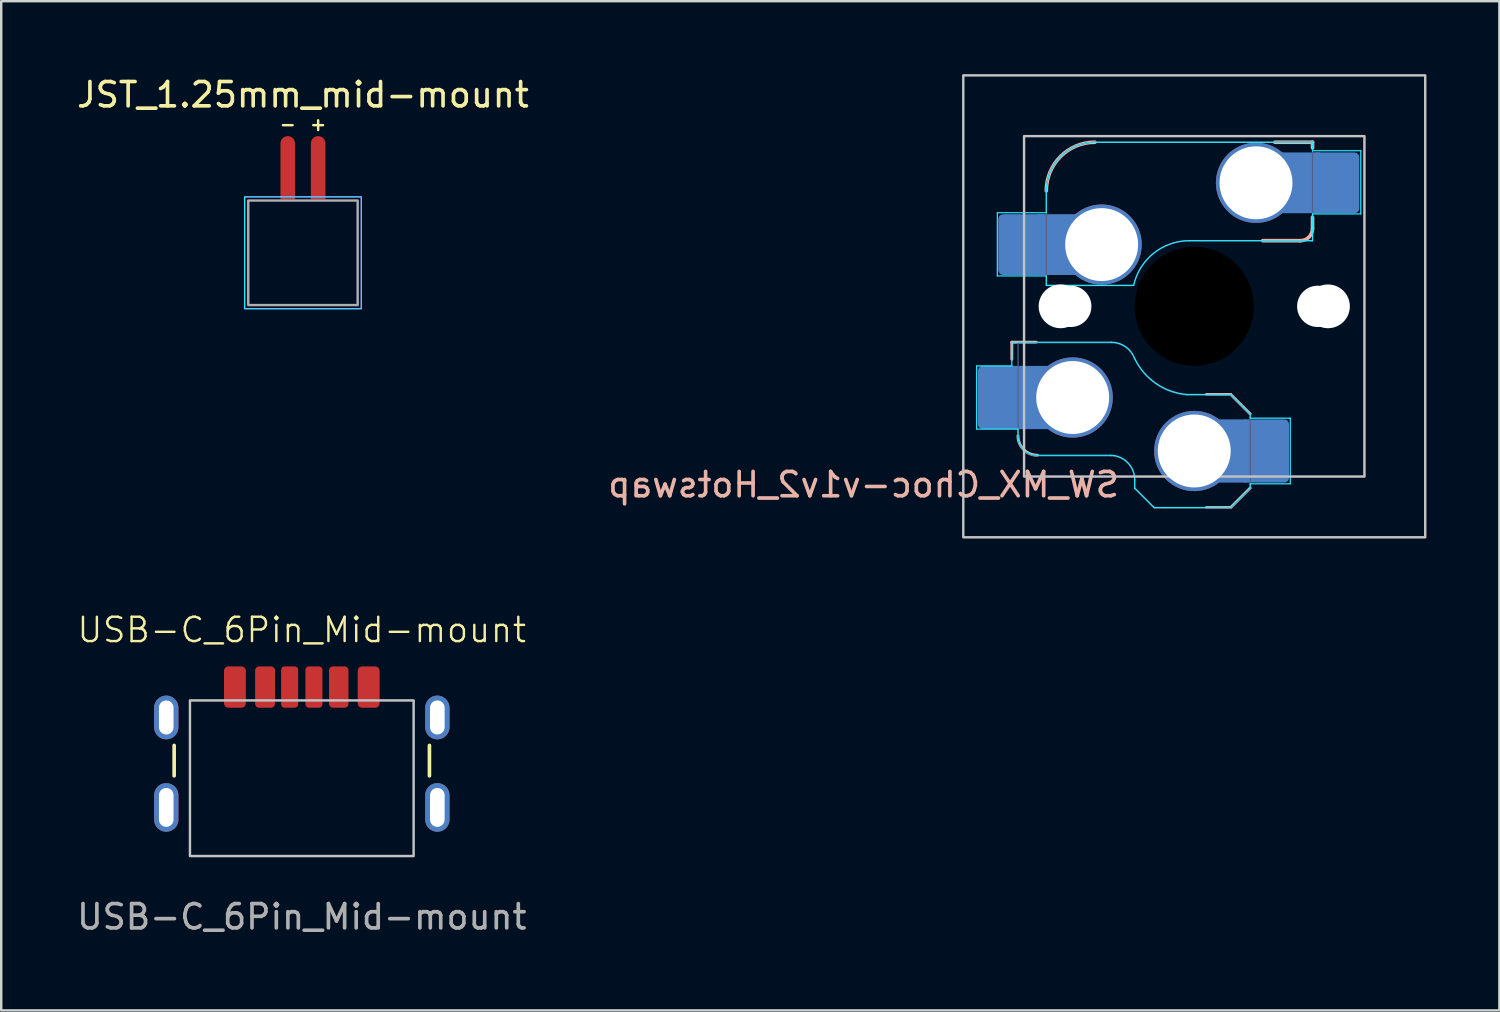
<source format=kicad_pcb>
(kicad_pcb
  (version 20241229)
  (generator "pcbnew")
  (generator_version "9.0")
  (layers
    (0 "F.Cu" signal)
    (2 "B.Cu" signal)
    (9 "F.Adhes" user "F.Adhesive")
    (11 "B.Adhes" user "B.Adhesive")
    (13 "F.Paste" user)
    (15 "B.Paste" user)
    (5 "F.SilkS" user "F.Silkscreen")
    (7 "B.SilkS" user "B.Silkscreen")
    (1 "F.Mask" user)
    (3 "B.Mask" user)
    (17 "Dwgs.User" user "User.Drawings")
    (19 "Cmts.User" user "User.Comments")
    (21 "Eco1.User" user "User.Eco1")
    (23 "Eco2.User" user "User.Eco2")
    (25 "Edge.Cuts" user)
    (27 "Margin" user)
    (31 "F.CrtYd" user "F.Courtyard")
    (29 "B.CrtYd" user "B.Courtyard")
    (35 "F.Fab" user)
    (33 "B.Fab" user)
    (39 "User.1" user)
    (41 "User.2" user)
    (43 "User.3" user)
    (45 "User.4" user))
  (footprint "USB-C_6Pin_Mid-mount"
    (layer "F.Cu")
    (at 9.363 24.36)
    (property "Reference" "USB-C_6Pin_Mid-mount" (at 0 -1.5 0) (unlocked yes) (layer "F.SilkS") (effects (font (size 1 1) (thickness 0.1))))
    (attr smd)
    (fp_line (start -5.25 3.25) (end -5.25 4.5) (stroke (width 0.15) (type default)) (layer "F.SilkS"))
    (fp_line (start 5.25 3.25) (end 5.25 4.5) (stroke (width 0.15) (type solid)) (layer "F.SilkS"))
    (fp_rect (start -4.6 1.4) (end 4.6 7.8) (stroke (width 0.1) (type default)) (fill no) (layer "Dwgs.User"))
    (fp_text user "${REFERENCE}" (at 0 10.3 0) (unlocked yes) (layer "F.Fab") (effects (font (size 1 1) (thickness 0.15))))
    (pad "A5" smd roundrect (at -0.5 0.85) (size 0.7 1.7) (layers "F.Cu" "F.Mask" "F.Paste") (roundrect_rratio 0.2))
    (pad "A9" smd roundrect (at 1.52 0.85) (size 0.8 1.7) (layers "F.Cu" "F.Mask" "F.Paste") (roundrect_rratio 0.2))
    (pad "A12" smd roundrect (at 2.75 0.85) (size 0.9 1.7) (layers "F.Cu" "F.Mask" "F.Paste") (roundrect_rratio 0.2))
    (pad "B5" smd roundrect (at 0.5 0.85) (size 0.7 1.7) (layers "F.Cu" "F.Mask" "F.Paste") (roundrect_rratio 0.2))
    (pad "B9" smd roundrect (at -1.51 0.85) (size 0.82 1.7) (layers "F.Cu" "F.Mask" "F.Paste") (roundrect_rratio 0.2))
    (pad "B12" smd roundrect (at -2.75 0.85) (size 0.9 1.7) (layers "F.Cu" "F.Mask" "F.Paste") (roundrect_rratio 0.2))
    (pad "S1" thru_hole oval (at -5.575 2.1) (size 1 1.8) (drill oval 0.6 1.4) (layers "*.Cu" "*.Mask"))
    (pad "S1" thru_hole oval (at -5.575 5.8) (size 1 2) (drill oval 0.6 1.6) (layers "*.Cu" "*.Mask"))
    (pad "S1" thru_hole oval (at 5.575 2.1) (size 1 1.8) (drill oval 0.6 1.4) (layers "*.Cu" "*.Mask"))
    (pad "S1" thru_hole oval (at 5.575 5.8) (size 1 2) (drill oval 0.6 1.6) (layers "*.Cu" "*.Mask")))
  (footprint "JST_1.25mm_mid-mount"
    (layer "F.Cu")
    (at 9.411 5.198)
    (property "Reference" "JST_1.25mm_mid-mount" (at 0 -4.35 0) (unlocked yes) (layer "F.SilkS") (effects (font (size 1 1) (thickness 0.15))))
    (attr smd)
    (fp_line (start -0.425 -3.1) (end -0.825 -3.1) (stroke (width 0.1) (type default)) (layer "F.SilkS"))
    (fp_line (start 0.625 -2.9) (end 0.625 -3.3) (stroke (width 0.1) (type default)) (layer "F.SilkS"))
    (fp_line (start 0.825 -3.1) (end 0.425 -3.1) (stroke (width 0.1) (type default)) (layer "F.SilkS"))
    (fp_rect (start -2.4 -0.15) (end 2.4 4.45) (stroke (width 0.05) (type default)) (fill no) (layer "B.CrtYd"))
    (fp_rect (start -2.4 -0.15) (end 2.4 4.45) (stroke (width 0.05) (type default)) (fill no) (layer "F.CrtYd"))
    (fp_rect (start -2.25 0) (end 2.25 4.3) (stroke (width 0.1) (type default)) (fill no) (layer "F.Fab"))
    (pad "1" smd custom (at 0.625 -1.2 180) (size 0.6 2.3) (layers "F.Cu" "F.Mask" "F.Paste") (options (anchor rect)) (primitives (gr_circle (center 0 1.15) (end -0.3 1.15) (width 0) (fill yes))))
    (pad "2" smd custom (at -0.625 -1.2 180) (size 0.6 2.3) (layers "F.Cu" "F.Mask" "F.Paste") (options (anchor rect)) (primitives (gr_circle (center 0 1.15) (end -0.3 1.15) (width 0) (fill yes)))))
  (footprint "SW_MX_Choc-v1v2_Hotswap"
    (layer "F.Cu")
    (at 46.071 9.55)
    (property "Reference" "SW_MX_Choc-v1v2_Hotswap" (at -3 6.75 0) (unlocked yes) (layer "B.SilkS") (effects (font (size 1 1) (thickness 0.15)) (justify left top mirror)))
    (fp_line (start -7.504 1.475) (end -7.504 2.175) (stroke (width 0.12) (type solid)) (layer "B.SilkS"))
    (fp_line (start -7.504 1.475) (end -6.504 1.475) (stroke (width 0.12) (type solid)) (layer "B.SilkS"))
    (fp_line (start 1.5 3.625) (end 0.5 3.625) (stroke (width 0.12) (type solid)) (layer "B.SilkS"))
    (fp_line (start 1.5 3.625) (end 2.3 4.425) (stroke (width 0.12) (type solid)) (layer "B.SilkS"))
    (fp_line (start 1.5 8.275) (end 0.5 8.275) (stroke (width 0.12) (type solid)) (layer "B.SilkS"))
    (fp_line (start 2.3 7.475) (end 1.5 8.275) (stroke (width 0.12) (type solid)) (layer "B.SilkS"))
    (fp_line (start 2.815 -2.7) (end 4.365 -2.7) (stroke (width 0.15) (type solid)) (layer "B.SilkS"))
    (fp_line (start 3.315 -6.75) (end 4.865 -6.75) (stroke (width 0.15) (type solid)) (layer "B.SilkS"))
    (fp_line (start 4.865 -6.75) (end 4.865 -6.52) (stroke (width 0.15) (type solid)) (layer "B.SilkS"))
    (fp_line (start 4.865 -3.67) (end 4.865 -3.2) (stroke (width 0.15) (type solid)) (layer "B.SilkS"))
    (fp_arc (start -6.45 6.125) (mid -7.015685 5.890685) (end -7.25 5.325) (stroke (width 0.12) (type solid)) (layer "B.SilkS"))
    (fp_arc (start -6.085176 -4.75022) (mid -5.499381 -6.164412) (end -4.085176 -6.75022) (stroke (width 0.15) (type solid)) (layer "B.SilkS"))
    (fp_arc (start 4.864824 -3.20022) (mid 4.718386 -2.846645) (end 4.364824 -2.70022) (stroke (width 0.15) (type solid)) (layer "B.SilkS"))
    (fp_rect (start -9.5 -9.5) (end 9.5 9.5) (stroke (width 0.1) (type default)) (fill no) (layer "Dwgs.User"))
    (fp_rect (start -7 -7) (end 7 7) (stroke (width 0.1) (type solid)) (fill no) (layer "Dwgs.User"))
    (fp_line (start -8.95 2.45) (end -7.504 2.45) (stroke (width 0.05) (type solid)) (layer "B.CrtYd"))
    (fp_line (start -8.95 5.05) (end -8.95 2.45) (stroke (width 0.05) (type solid)) (layer "B.CrtYd"))
    (fp_line (start -8.1 -3.85) (end -8.1 -1.25) (stroke (width 0.05) (type solid)) (layer "B.CrtYd"))
    (fp_line (start -8.1 -1.25) (end -6.085 -1.25) (stroke (width 0.05) (type solid)) (layer "B.CrtYd"))
    (fp_line (start -7.504 1.475) (end -7.504 2.175) (stroke (width 0.05) (type solid)) (layer "B.CrtYd"))
    (fp_line (start -7.504 1.475) (end -3.4 1.475) (stroke (width 0.05) (type solid)) (layer "B.CrtYd"))
    (fp_line (start -7.504 2.175) (end -7.504 2.45) (stroke (width 0.05) (type solid)) (layer "B.CrtYd"))
    (fp_line (start -7.25 5.05) (end -8.95 5.05) (stroke (width 0.05) (type solid)) (layer "B.CrtYd"))
    (fp_line (start -7.25 5.325) (end -7.25 5.05) (stroke (width 0.05) (type solid)) (layer "B.CrtYd"))
    (fp_line (start -6.085 -3.85) (end -8.1 -3.85) (stroke (width 0.05) (type solid)) (layer "B.CrtYd"))
    (fp_line (start -6.085 -3.85) (end -6.085 -4.75) (stroke (width 0.05) (type solid)) (layer "B.CrtYd"))
    (fp_line (start -6.085 -1.25) (end -6.085 -0.86) (stroke (width 0.05) (type solid)) (layer "B.CrtYd"))
    (fp_line (start -6.085 -0.86) (end -2.494 -0.86) (stroke (width 0.05) (type solid)) (layer "B.CrtYd"))
    (fp_line (start -4.085 -6.75) (end 4.865 -6.75) (stroke (width 0.05) (type solid)) (layer "B.CrtYd"))
    (fp_line (start -3.45 6.125) (end -6.45 6.125) (stroke (width 0.05) (type solid)) (layer "B.CrtYd"))
    (fp_line (start -2.45 7.475) (end -2.45 7.125) (stroke (width 0.05) (type solid)) (layer "B.CrtYd"))
    (fp_line (start -2.45 7.475) (end -1.65 8.275) (stroke (width 0.05) (type solid)) (layer "B.CrtYd"))
    (fp_line (start 1.5 3.625) (end -0.3 3.625) (stroke (width 0.05) (type solid)) (layer "B.CrtYd"))
    (fp_line (start 1.5 3.625) (end 2.3 4.425) (stroke (width 0.05) (type solid)) (layer "B.CrtYd"))
    (fp_line (start 1.5 8.275) (end -1.65 8.275) (stroke (width 0.05) (type solid)) (layer "B.CrtYd"))
    (fp_line (start 2.3 4.6) (end 2.3 4.425) (stroke (width 0.05) (type solid)) (layer "B.CrtYd"))
    (fp_line (start 2.3 7.475) (end 1.5 8.275) (stroke (width 0.05) (type solid)) (layer "B.CrtYd"))
    (fp_line (start 2.3 7.475) (end 2.3 7.3) (stroke (width 0.05) (type solid)) (layer "B.CrtYd"))
    (fp_line (start 3.95 4.6) (end 2.3 4.6) (stroke (width 0.05) (type solid)) (layer "B.CrtYd"))
    (fp_line (start 3.95 4.6) (end 3.95 7.3) (stroke (width 0.05) (type solid)) (layer "B.CrtYd"))
    (fp_line (start 3.95 7.3) (end 2.3 7.3) (stroke (width 0.05) (type solid)) (layer "B.CrtYd"))
    (fp_line (start 4.865 -6.75) (end 4.865 -6.4) (stroke (width 0.05) (type solid)) (layer "B.CrtYd"))
    (fp_line (start 4.865 -3.8) (end 4.865 -2.7) (stroke (width 0.05) (type solid)) (layer "B.CrtYd"))
    (fp_line (start 4.865 -3.8) (end 6.85 -3.8) (stroke (width 0.05) (type solid)) (layer "B.CrtYd"))
    (fp_line (start 4.865 -2.7) (end -0.2 -2.7) (stroke (width 0.05) (type solid)) (layer "B.CrtYd"))
    (fp_line (start 6.85 -6.4) (end 4.865 -6.4) (stroke (width 0.05) (type solid)) (layer "B.CrtYd"))
    (fp_line (start 6.85 -3.8) (end 6.85 -6.4) (stroke (width 0.05) (type solid)) (layer "B.CrtYd"))
    (fp_arc (start -6.45 6.125) (mid -7.015685 5.890685) (end -7.25 5.325) (stroke (width 0.05) (type solid)) (layer "B.CrtYd"))
    (fp_arc (start -6.085176 -4.75022) (mid -5.499381 -6.164412) (end -4.085176 -6.75022) (stroke (width 0.05) (type solid)) (layer "B.CrtYd"))
    (fp_arc (start -3.45 6.125) (mid -2.742893 6.417893) (end -2.45 7.125) (stroke (width 0.05) (type solid)) (layer "B.CrtYd"))
    (fp_arc (start -3.4 1.475) (mid -2.826423 1.655848) (end -2.460307 2.13298) (stroke (width 0.05) (type solid)) (layer "B.CrtYd"))
    (fp_arc (start -2.494322 -0.86022) (mid -1.670501 -2.183395) (end -0.2 -2.70022) (stroke (width 0.05) (type solid)) (layer "B.CrtYd"))
    (fp_arc (start -0.299999 3.624999) (mid -1.577272 3.167235) (end -2.455444 2.13293) (stroke (width 0.05) (type solid)) (layer "B.CrtYd"))
    (fp_rect (start -7 -7) (end 7 7) (stroke (width 0.05) (type default)) (fill no) (layer "F.CrtYd"))
    (fp_line (start -7.246 1.5) (end -3.396 1.5) (stroke (width 0.05) (type solid)) (layer "B.Fab"))
    (fp_line (start -7.246 5.35) (end -7.246 1.5) (stroke (width 0.05) (type solid)) (layer "B.Fab"))
    (fp_line (start -6.085 -0.86) (end -6.085 -4.75) (stroke (width 0.05) (type solid)) (layer "B.Fab"))
    (fp_line (start -6.085 -0.86) (end -2.494 -0.86) (stroke (width 0.05) (type solid)) (layer "B.Fab"))
    (fp_line (start -4.085 -6.75) (end 4.865 -6.75) (stroke (width 0.05) (type solid)) (layer "B.Fab"))
    (fp_line (start -3.446 6.15) (end -6.446 6.15) (stroke (width 0.05) (type solid)) (layer "B.Fab"))
    (fp_line (start -2.446 7.5) (end -2.446 7.15) (stroke (width 0.05) (type solid)) (layer "B.Fab"))
    (fp_line (start -2.446 7.5) (end -1.646 8.3) (stroke (width 0.05) (type solid)) (layer "B.Fab"))
    (fp_line (start 1.504 3.65) (end -0.296 3.65) (stroke (width 0.05) (type solid)) (layer "B.Fab"))
    (fp_line (start 1.504 3.65) (end 2.304 4.45) (stroke (width 0.05) (type solid)) (layer "B.Fab"))
    (fp_line (start 1.504 8.3) (end -1.646 8.3) (stroke (width 0.05) (type solid)) (layer "B.Fab"))
    (fp_line (start 2.304 7.5) (end 1.504 8.3) (stroke (width 0.05) (type solid)) (layer "B.Fab"))
    (fp_line (start 2.304 7.5) (end 2.304 4.45) (stroke (width 0.05) (type solid)) (layer "B.Fab"))
    (fp_line (start 4.865 -6.75) (end 4.865 -2.7) (stroke (width 0.05) (type solid)) (layer "B.Fab"))
    (fp_line (start 4.865 -2.7) (end -0.2 -2.7) (stroke (width 0.05) (type solid)) (layer "B.Fab"))
    (fp_arc (start -6.446 6.15) (mid -7.011685 5.915685) (end -7.246 5.35) (stroke (width 0.05) (type solid)) (layer "B.Fab"))
    (fp_arc (start -6.085176 -4.75022) (mid -5.499381 -6.164412) (end -4.085176 -6.75022) (stroke (width 0.05) (type solid)) (layer "B.Fab"))
    (fp_arc (start -3.446 6.15) (mid -2.738893 6.442893) (end -2.446 7.15) (stroke (width 0.05) (type solid)) (layer "B.Fab"))
    (fp_arc (start -3.396 1.5) (mid -2.822423 1.680848) (end -2.456307 2.15798) (stroke (width 0.05) (type solid)) (layer "B.Fab"))
    (fp_arc (start -2.494322 -0.86022) (mid -1.670501 -2.183395) (end -0.2 -2.70022) (stroke (width 0.05) (type solid)) (layer "B.Fab"))
    (fp_arc (start -0.295999 3.649999) (mid -1.573272 3.192235) (end -2.451444 2.15793) (stroke (width 0.05) (type solid)) (layer "B.Fab"))
    (pad "" np_thru_hole circle (at -5.5 0 180) (size 1.8 1.8) (drill 1.8) (layers "*.Cu" "*.Mask"))
    (pad "" np_thru_hole circle (at -5.08 0) (size 1.7 1.7) (drill 1.71) (layers "*.Cu" "*.Mask"))
    (pad "" np_thru_hole circle (at 0 0 180) (size 4.9 4.9) (drill 4.9) (layers "*.Mask"))
    (pad "" np_thru_hole circle (at 5.08 0) (size 1.7 1.7) (drill 1.71) (layers "*.Cu" "*.Mask"))
    (pad "" np_thru_hole circle (at 5.5 0 180) (size 1.8 1.8) (drill 1.8) (layers "*.Cu" "*.Mask"))
    (pad "1" smd roundrect (at -7.9 3.75) (size 2 2.6) (layers "B.Cu" "B.Mask" "B.Paste") (roundrect_rratio 0.1))
    (pad "1" smd roundrect (at -7.06 -2.54) (size 2 2.5) (layers "B.Cu" "B.Mask" "B.Paste") (roundrect_rratio 0.1))
    (pad "1" smd rect (at -6.55 3.75) (size 1.2 2.6) (layers "B.Cu"))
    (pad "1" smd rect (at -5.635 -2.54 180) (size 1.65 2.5) (layers "B.Cu"))
    (pad "1" thru_hole circle (at -5 3.75) (size 3.3 3.3) (drill 3) (layers "*.Cu" "*.Mask"))
    (pad "1" thru_hole circle (at -3.81 -2.54) (size 3.3 3.3) (drill 3) (layers "*.Cu" "*.Mask"))
    (pad "2" thru_hole circle (at 0 5.95) (size 3.3 3.3) (drill 3) (layers "*.Cu" "*.Mask"))
    (pad "2" smd rect (at 1.55 5.95 180) (size 1.2 2.6) (layers "B.Cu"))
    (pad "2" thru_hole circle (at 2.54 -5.08) (size 3.3 3.3) (drill 3) (layers "*.Cu" "*.Mask"))
    (pad "2" smd roundrect (at 2.9 5.95) (size 2 2.6) (layers "B.Cu" "B.Mask" "B.Paste") (roundrect_rratio 0.1))
    (pad "2" smd rect (at 4.34 -5.08) (size 1.65 2.5) (layers "B.Cu"))
    (pad "2" smd roundrect (at 5.79 -5.08) (size 2 2.5) (layers "B.Cu" "B.Mask" "B.Paste") (roundrect_rratio 0.1)))
  (gr_rect
    (start -3 -3)
    (end 58.621 38.509)
    (stroke (width 0.1) (type default))
    (fill no)
    (layer "Edge.Cuts")))
</source>
